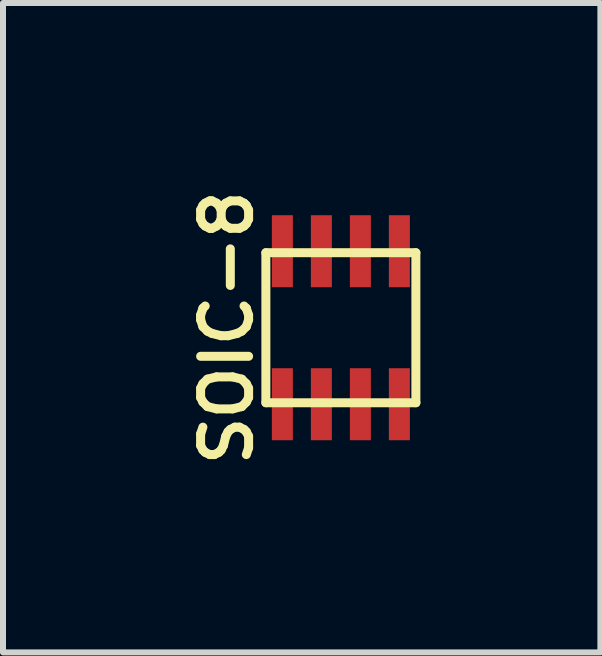
<source format=kicad_pcb>
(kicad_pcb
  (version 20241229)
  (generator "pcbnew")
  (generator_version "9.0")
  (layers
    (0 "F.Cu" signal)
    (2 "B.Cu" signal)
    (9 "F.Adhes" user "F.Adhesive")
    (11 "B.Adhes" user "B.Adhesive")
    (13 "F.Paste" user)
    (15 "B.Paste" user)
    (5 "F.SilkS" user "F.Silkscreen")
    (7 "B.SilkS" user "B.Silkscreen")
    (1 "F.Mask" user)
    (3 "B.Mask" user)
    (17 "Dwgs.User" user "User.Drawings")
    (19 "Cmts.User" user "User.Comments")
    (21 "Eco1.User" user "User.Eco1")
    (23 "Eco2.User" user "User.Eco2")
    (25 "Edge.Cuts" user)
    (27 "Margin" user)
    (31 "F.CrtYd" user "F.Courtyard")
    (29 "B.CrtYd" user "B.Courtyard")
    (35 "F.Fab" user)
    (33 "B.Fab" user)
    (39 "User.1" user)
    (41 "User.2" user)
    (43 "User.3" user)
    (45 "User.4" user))
  (footprint "SOIC-8"
    (layer "F.Cu")
    (at 2.631 2.412)
    (property "Reference" "SOIC-8" (at -1.9 0 90) (layer "F.SilkS") (effects (font (size 0.8 0.8) (thickness 0.15))))
    (attr through_hole)
    (fp_line (start -1.25 -1.25) (end 1.25 -1.25) (stroke (width 0.15) (type solid)) (layer "F.SilkS"))
    (fp_line (start -1.25 1.25) (end -1.25 -1.25) (stroke (width 0.15) (type solid)) (layer "F.SilkS"))
    (fp_line (start 1.25 -1.25) (end 1.25 1.25) (stroke (width 0.15) (type solid)) (layer "F.SilkS"))
    (fp_line (start 1.25 1.25) (end -1.25 1.25) (stroke (width 0.15) (type solid)) (layer "F.SilkS"))
    (pad "1" smd rect (at -0.975 -1.275) (size 0.35 1.2) (layers "F.Cu" "F.Mask" "F.Paste"))
    (pad "2" smd rect (at -0.325 -1.275) (size 0.35 1.2) (layers "F.Cu" "F.Mask" "F.Paste"))
    (pad "3" smd rect (at 0.325 -1.275) (size 0.35 1.2) (layers "F.Cu" "F.Mask" "F.Paste"))
    (pad "4" smd rect (at 0.975 -1.275) (size 0.35 1.2) (layers "F.Cu" "F.Mask" "F.Paste"))
    (pad "5" smd rect (at 0.975 1.275) (size 0.35 1.2) (layers "F.Cu" "F.Mask" "F.Paste"))
    (pad "6" smd rect (at 0.325 1.275) (size 0.35 1.2) (layers "F.Cu" "F.Mask" "F.Paste"))
    (pad "7" smd rect (at -0.325 1.275) (size 0.35 1.2) (layers "F.Cu" "F.Mask" "F.Paste"))
    (pad "8" smd rect (at -0.975 1.275) (size 0.35 1.2) (layers "F.Cu" "F.Mask" "F.Paste")))
  (gr_rect
    (start -3 -3)
    (end 6.956 7.823)
    (stroke (width 0.1) (type default))
    (fill no)
    (layer "Edge.Cuts")))
</source>
